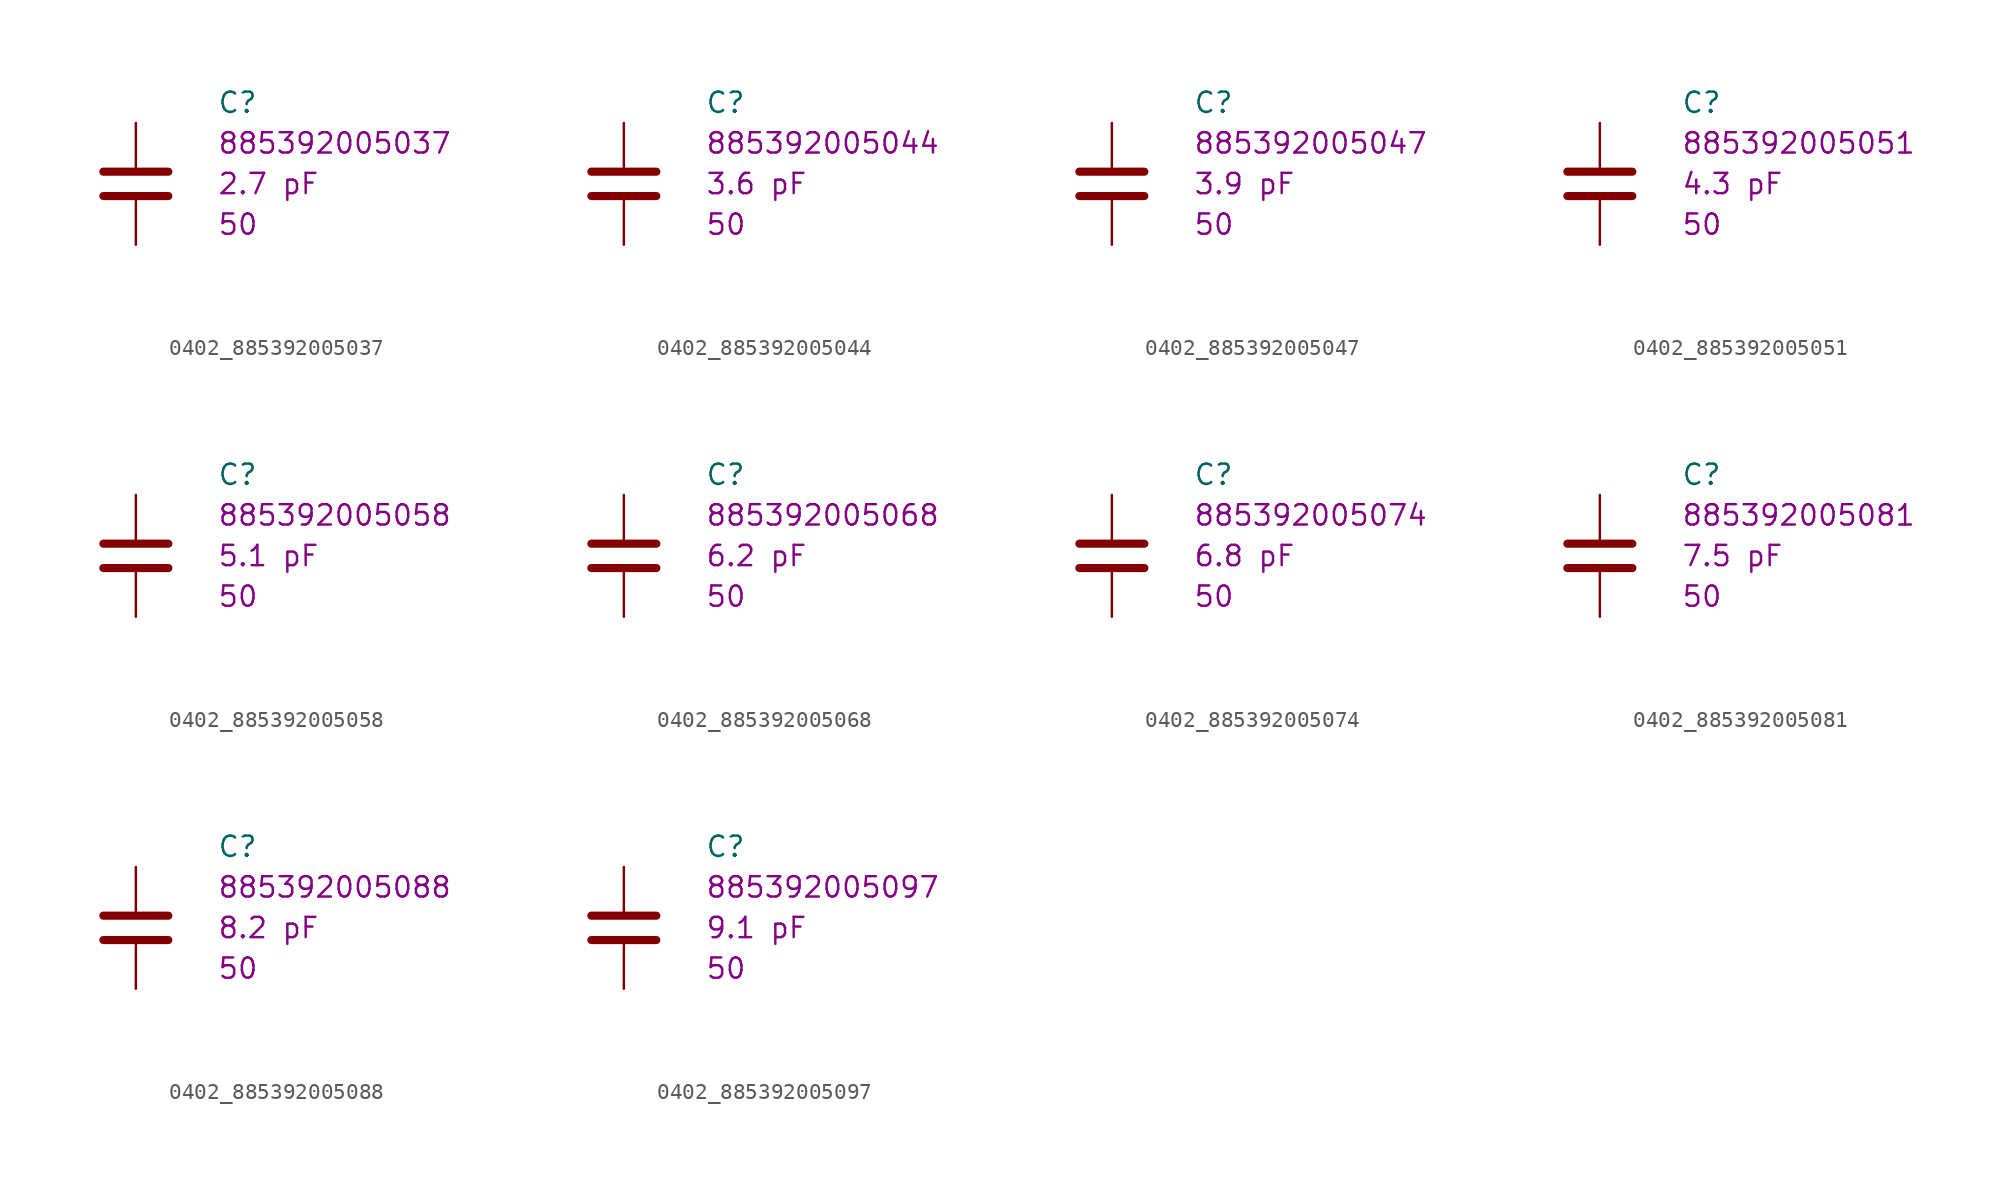
<source format=kicad_sym>
(kicad_symbol_lib
  (version 20220914)
  (generator kicad_symbol_editor)
  (symbol "0402_885392005037"
    (pin_numbers hide)
    (pin_names hide)
    (property "Reference" "C"
      (at 5.08 5.08 0)
      (effects (font (size 1.27 1.27)) (justify left)))
    (property "Part Number" "885392005037"
      (at 5.08 2.54 0)
      (effects (font (size 1.27 1.27)) (justify left)))
    (property "Capacitance" "2.7 pF"
      (at 5.08 0 0)
      (effects (font (size 1.27 1.27)) (justify left)))
    (property "Voltage" "50"
      (at 5.08 -2.54 0)
      (effects (font (size 1.27 1.27)) (justify left)))
    (property "Critical Parameter" ""
      (at 0 -7.62 0)
      (effects (font (size 1.27 1.27))))
    (symbol "0402_885392005037_0_1"
      (polyline (pts (xy -2.032 -0.762) (xy 2.032 -0.762)) (stroke (width 0.508) (type default)) (fill (type none)))
      (polyline (pts (xy -2.032 0.762) (xy 2.032 0.762)) (stroke (width 0.508) (type default)) (fill (type none))))
    (symbol "0402_885392005037_1_1"
      (pin passive line (at 0 3.81 270) (length 2.794) (name "1" (effects (font (size 1.27 1.27)))) (number "1" (effects (font (size 1.27 1.27)))))
      (pin passive line (at 0 -3.81 90) (length 2.794) (name "2" (effects (font (size 1.27 1.27)))) (number "2" (effects (font (size 1.27 1.27)))))))
  (symbol "0402_885392005044"
    (pin_numbers hide)
    (pin_names hide)
    (property "Reference" "C"
      (at 5.08 5.08 0)
      (effects (font (size 1.27 1.27)) (justify left)))
    (property "Part Number" "885392005044"
      (at 5.08 2.54 0)
      (effects (font (size 1.27 1.27)) (justify left)))
    (property "Capacitance" "3.6 pF"
      (at 5.08 0 0)
      (effects (font (size 1.27 1.27)) (justify left)))
    (property "Voltage" "50"
      (at 5.08 -2.54 0)
      (effects (font (size 1.27 1.27)) (justify left)))
    (property "Critical Parameter" ""
      (at 0 -7.62 0)
      (effects (font (size 1.27 1.27))))
    (symbol "0402_885392005044_0_1"
      (polyline (pts (xy -2.032 -0.762) (xy 2.032 -0.762)) (stroke (width 0.508) (type default)) (fill (type none)))
      (polyline (pts (xy -2.032 0.762) (xy 2.032 0.762)) (stroke (width 0.508) (type default)) (fill (type none))))
    (symbol "0402_885392005044_1_1"
      (pin passive line (at 0 3.81 270) (length 2.794) (name "1" (effects (font (size 1.27 1.27)))) (number "1" (effects (font (size 1.27 1.27)))))
      (pin passive line (at 0 -3.81 90) (length 2.794) (name "2" (effects (font (size 1.27 1.27)))) (number "2" (effects (font (size 1.27 1.27)))))))
  (symbol "0402_885392005047"
    (pin_numbers hide)
    (pin_names hide)
    (property "Reference" "C"
      (at 5.08 5.08 0)
      (effects (font (size 1.27 1.27)) (justify left)))
    (property "Part Number" "885392005047"
      (at 5.08 2.54 0)
      (effects (font (size 1.27 1.27)) (justify left)))
    (property "Capacitance" "3.9 pF"
      (at 5.08 0 0)
      (effects (font (size 1.27 1.27)) (justify left)))
    (property "Voltage" "50"
      (at 5.08 -2.54 0)
      (effects (font (size 1.27 1.27)) (justify left)))
    (property "Critical Parameter" ""
      (at 0 -7.62 0)
      (effects (font (size 1.27 1.27))))
    (symbol "0402_885392005047_0_1"
      (polyline (pts (xy -2.032 -0.762) (xy 2.032 -0.762)) (stroke (width 0.508) (type default)) (fill (type none)))
      (polyline (pts (xy -2.032 0.762) (xy 2.032 0.762)) (stroke (width 0.508) (type default)) (fill (type none))))
    (symbol "0402_885392005047_1_1"
      (pin passive line (at 0 3.81 270) (length 2.794) (name "1" (effects (font (size 1.27 1.27)))) (number "1" (effects (font (size 1.27 1.27)))))
      (pin passive line (at 0 -3.81 90) (length 2.794) (name "2" (effects (font (size 1.27 1.27)))) (number "2" (effects (font (size 1.27 1.27)))))))
  (symbol "0402_885392005051"
    (pin_numbers hide)
    (pin_names hide)
    (property "Reference" "C"
      (at 5.08 5.08 0)
      (effects (font (size 1.27 1.27)) (justify left)))
    (property "Part Number" "885392005051"
      (at 5.08 2.54 0)
      (effects (font (size 1.27 1.27)) (justify left)))
    (property "Capacitance" "4.3 pF"
      (at 5.08 0 0)
      (effects (font (size 1.27 1.27)) (justify left)))
    (property "Voltage" "50"
      (at 5.08 -2.54 0)
      (effects (font (size 1.27 1.27)) (justify left)))
    (property "Critical Parameter" ""
      (at 0 -7.62 0)
      (effects (font (size 1.27 1.27))))
    (symbol "0402_885392005051_0_1"
      (polyline (pts (xy -2.032 -0.762) (xy 2.032 -0.762)) (stroke (width 0.508) (type default)) (fill (type none)))
      (polyline (pts (xy -2.032 0.762) (xy 2.032 0.762)) (stroke (width 0.508) (type default)) (fill (type none))))
    (symbol "0402_885392005051_1_1"
      (pin passive line (at 0 3.81 270) (length 2.794) (name "1" (effects (font (size 1.27 1.27)))) (number "1" (effects (font (size 1.27 1.27)))))
      (pin passive line (at 0 -3.81 90) (length 2.794) (name "2" (effects (font (size 1.27 1.27)))) (number "2" (effects (font (size 1.27 1.27)))))))
  (symbol "0402_885392005058"
    (pin_numbers hide)
    (pin_names hide)
    (property "Reference" "C"
      (at 5.08 5.08 0)
      (effects (font (size 1.27 1.27)) (justify left)))
    (property "Part Number" "885392005058"
      (at 5.08 2.54 0)
      (effects (font (size 1.27 1.27)) (justify left)))
    (property "Capacitance" "5.1 pF"
      (at 5.08 0 0)
      (effects (font (size 1.27 1.27)) (justify left)))
    (property "Voltage" "50"
      (at 5.08 -2.54 0)
      (effects (font (size 1.27 1.27)) (justify left)))
    (property "Critical Parameter" ""
      (at 0 -7.62 0)
      (effects (font (size 1.27 1.27))))
    (symbol "0402_885392005058_0_1"
      (polyline (pts (xy -2.032 -0.762) (xy 2.032 -0.762)) (stroke (width 0.508) (type default)) (fill (type none)))
      (polyline (pts (xy -2.032 0.762) (xy 2.032 0.762)) (stroke (width 0.508) (type default)) (fill (type none))))
    (symbol "0402_885392005058_1_1"
      (pin passive line (at 0 3.81 270) (length 2.794) (name "1" (effects (font (size 1.27 1.27)))) (number "1" (effects (font (size 1.27 1.27)))))
      (pin passive line (at 0 -3.81 90) (length 2.794) (name "2" (effects (font (size 1.27 1.27)))) (number "2" (effects (font (size 1.27 1.27)))))))
  (symbol "0402_885392005068"
    (pin_numbers hide)
    (pin_names hide)
    (property "Reference" "C"
      (at 5.08 5.08 0)
      (effects (font (size 1.27 1.27)) (justify left)))
    (property "Part Number" "885392005068"
      (at 5.08 2.54 0)
      (effects (font (size 1.27 1.27)) (justify left)))
    (property "Capacitance" "6.2 pF"
      (at 5.08 0 0)
      (effects (font (size 1.27 1.27)) (justify left)))
    (property "Voltage" "50"
      (at 5.08 -2.54 0)
      (effects (font (size 1.27 1.27)) (justify left)))
    (property "Critical Parameter" ""
      (at 0 -7.62 0)
      (effects (font (size 1.27 1.27))))
    (symbol "0402_885392005068_0_1"
      (polyline (pts (xy -2.032 -0.762) (xy 2.032 -0.762)) (stroke (width 0.508) (type default)) (fill (type none)))
      (polyline (pts (xy -2.032 0.762) (xy 2.032 0.762)) (stroke (width 0.508) (type default)) (fill (type none))))
    (symbol "0402_885392005068_1_1"
      (pin passive line (at 0 3.81 270) (length 2.794) (name "1" (effects (font (size 1.27 1.27)))) (number "1" (effects (font (size 1.27 1.27)))))
      (pin passive line (at 0 -3.81 90) (length 2.794) (name "2" (effects (font (size 1.27 1.27)))) (number "2" (effects (font (size 1.27 1.27)))))))
  (symbol "0402_885392005074"
    (pin_numbers hide)
    (pin_names hide)
    (property "Reference" "C"
      (at 5.08 5.08 0)
      (effects (font (size 1.27 1.27)) (justify left)))
    (property "Part Number" "885392005074"
      (at 5.08 2.54 0)
      (effects (font (size 1.27 1.27)) (justify left)))
    (property "Capacitance" "6.8 pF"
      (at 5.08 0 0)
      (effects (font (size 1.27 1.27)) (justify left)))
    (property "Voltage" "50"
      (at 5.08 -2.54 0)
      (effects (font (size 1.27 1.27)) (justify left)))
    (property "Critical Parameter" ""
      (at 0 -7.62 0)
      (effects (font (size 1.27 1.27))))
    (symbol "0402_885392005074_0_1"
      (polyline (pts (xy -2.032 -0.762) (xy 2.032 -0.762)) (stroke (width 0.508) (type default)) (fill (type none)))
      (polyline (pts (xy -2.032 0.762) (xy 2.032 0.762)) (stroke (width 0.508) (type default)) (fill (type none))))
    (symbol "0402_885392005074_1_1"
      (pin passive line (at 0 3.81 270) (length 2.794) (name "1" (effects (font (size 1.27 1.27)))) (number "1" (effects (font (size 1.27 1.27)))))
      (pin passive line (at 0 -3.81 90) (length 2.794) (name "2" (effects (font (size 1.27 1.27)))) (number "2" (effects (font (size 1.27 1.27)))))))
  (symbol "0402_885392005081"
    (pin_numbers hide)
    (pin_names hide)
    (property "Reference" "C"
      (at 5.08 5.08 0)
      (effects (font (size 1.27 1.27)) (justify left)))
    (property "Part Number" "885392005081"
      (at 5.08 2.54 0)
      (effects (font (size 1.27 1.27)) (justify left)))
    (property "Capacitance" "7.5 pF"
      (at 5.08 0 0)
      (effects (font (size 1.27 1.27)) (justify left)))
    (property "Voltage" "50"
      (at 5.08 -2.54 0)
      (effects (font (size 1.27 1.27)) (justify left)))
    (property "Critical Parameter" ""
      (at 0 -7.62 0)
      (effects (font (size 1.27 1.27))))
    (symbol "0402_885392005081_0_1"
      (polyline (pts (xy -2.032 -0.762) (xy 2.032 -0.762)) (stroke (width 0.508) (type default)) (fill (type none)))
      (polyline (pts (xy -2.032 0.762) (xy 2.032 0.762)) (stroke (width 0.508) (type default)) (fill (type none))))
    (symbol "0402_885392005081_1_1"
      (pin passive line (at 0 3.81 270) (length 2.794) (name "1" (effects (font (size 1.27 1.27)))) (number "1" (effects (font (size 1.27 1.27)))))
      (pin passive line (at 0 -3.81 90) (length 2.794) (name "2" (effects (font (size 1.27 1.27)))) (number "2" (effects (font (size 1.27 1.27)))))))
  (symbol "0402_885392005088"
    (pin_numbers hide)
    (pin_names hide)
    (property "Reference" "C"
      (at 5.08 5.08 0)
      (effects (font (size 1.27 1.27)) (justify left)))
    (property "Part Number" "885392005088"
      (at 5.08 2.54 0)
      (effects (font (size 1.27 1.27)) (justify left)))
    (property "Capacitance" "8.2 pF"
      (at 5.08 0 0)
      (effects (font (size 1.27 1.27)) (justify left)))
    (property "Voltage" "50"
      (at 5.08 -2.54 0)
      (effects (font (size 1.27 1.27)) (justify left)))
    (property "Critical Parameter" ""
      (at 0 -7.62 0)
      (effects (font (size 1.27 1.27))))
    (symbol "0402_885392005088_0_1"
      (polyline (pts (xy -2.032 -0.762) (xy 2.032 -0.762)) (stroke (width 0.508) (type default)) (fill (type none)))
      (polyline (pts (xy -2.032 0.762) (xy 2.032 0.762)) (stroke (width 0.508) (type default)) (fill (type none))))
    (symbol "0402_885392005088_1_1"
      (pin passive line (at 0 3.81 270) (length 2.794) (name "1" (effects (font (size 1.27 1.27)))) (number "1" (effects (font (size 1.27 1.27)))))
      (pin passive line (at 0 -3.81 90) (length 2.794) (name "2" (effects (font (size 1.27 1.27)))) (number "2" (effects (font (size 1.27 1.27)))))))
  (symbol "0402_885392005097"
    (pin_numbers hide)
    (pin_names hide)
    (property "Reference" "C"
      (at 5.08 5.08 0)
      (effects (font (size 1.27 1.27)) (justify left)))
    (property "Part Number" "885392005097"
      (at 5.08 2.54 0)
      (effects (font (size 1.27 1.27)) (justify left)))
    (property "Capacitance" "9.1 pF"
      (at 5.08 0 0)
      (effects (font (size 1.27 1.27)) (justify left)))
    (property "Voltage" "50"
      (at 5.08 -2.54 0)
      (effects (font (size 1.27 1.27)) (justify left)))
    (property "Critical Parameter" ""
      (at 0 -7.62 0)
      (effects (font (size 1.27 1.27))))
    (symbol "0402_885392005097_0_1"
      (polyline (pts (xy -2.032 -0.762) (xy 2.032 -0.762)) (stroke (width 0.508) (type default)) (fill (type none)))
      (polyline (pts (xy -2.032 0.762) (xy 2.032 0.762)) (stroke (width 0.508) (type default)) (fill (type none))))
    (symbol "0402_885392005097_1_1"
      (pin passive line (at 0 3.81 270) (length 2.794) (name "1" (effects (font (size 1.27 1.27)))) (number "1" (effects (font (size 1.27 1.27)))))
      (pin passive line (at 0 -3.81 90) (length 2.794) (name "2" (effects (font (size 1.27 1.27)))) (number "2" (effects (font (size 1.27 1.27))))))))
</source>
